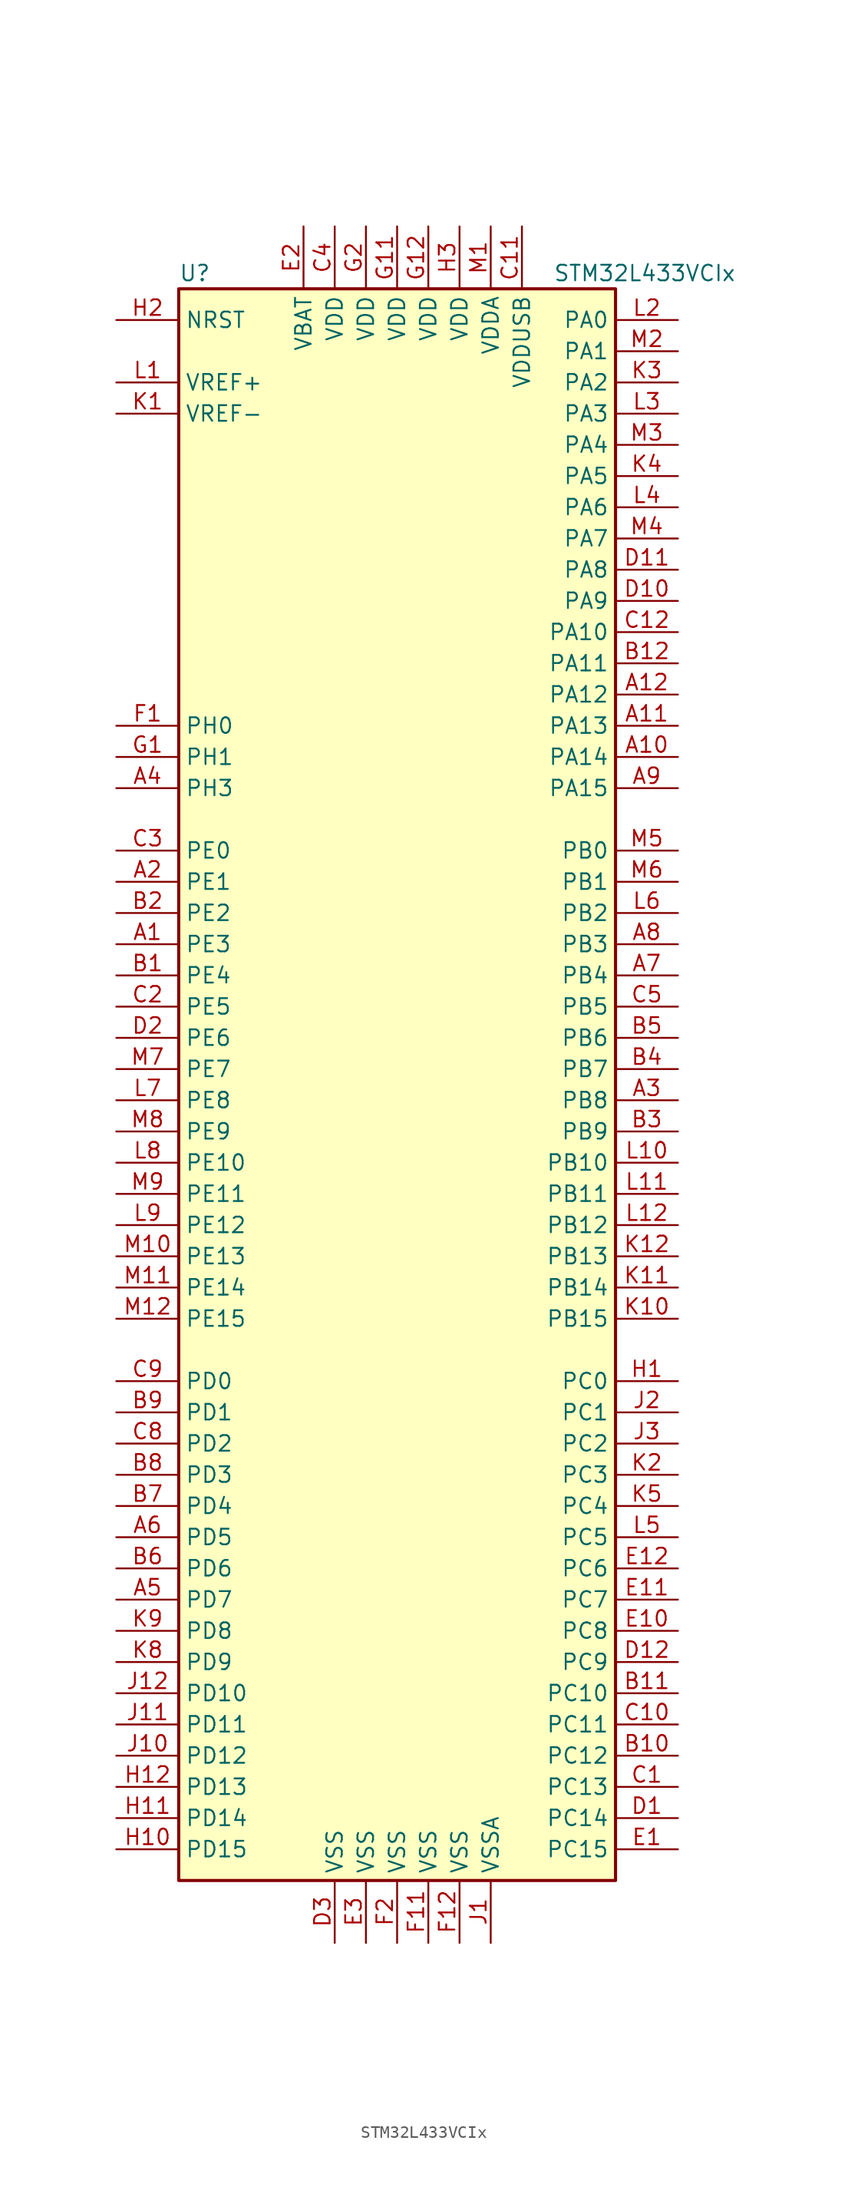
<source format=kicad_sym>
(kicad_symbol_lib
  (version 20220914)
  (generator kicad_symbol_editor)
  (symbol "STM32L433VCIx"
    (property "Reference" "U"
      (at -17.78 64.77 0)
      (effects (font (size 1.27 1.27)) (justify left)))
    (property "Value" "STM32L433VCIx"
      (at 12.7 64.77 0)
      (effects (font (size 1.27 1.27)) (justify left)))
    (symbol "STM32L433VCIx_0_1"
      (rectangle (start -17.78 -66.04) (end 17.78 63.5) (stroke (width 0.254) (type default)) (fill (type background))))
    (symbol "STM32L433VCIx_1_1"
      (pin bidirectional line (at -22.86 10.16 0) (length 5.08) (name "PE3" (effects (font (size 1.27 1.27)))) (number "A1" (effects (font (size 1.27 1.27)))))
      (pin bidirectional line (at 22.86 25.4 180) (length 5.08) (name "PA14" (effects (font (size 1.27 1.27)))) (number "A10" (effects (font (size 1.27 1.27)))))
      (pin bidirectional line (at 22.86 27.94 180) (length 5.08) (name "PA13" (effects (font (size 1.27 1.27)))) (number "A11" (effects (font (size 1.27 1.27)))))
      (pin bidirectional line (at 22.86 30.48 180) (length 5.08) (name "PA12" (effects (font (size 1.27 1.27)))) (number "A12" (effects (font (size 1.27 1.27)))))
      (pin bidirectional line (at -22.86 15.24 0) (length 5.08) (name "PE1" (effects (font (size 1.27 1.27)))) (number "A2" (effects (font (size 1.27 1.27)))))
      (pin bidirectional line (at 22.86 -2.54 180) (length 5.08) (name "PB8" (effects (font (size 1.27 1.27)))) (number "A3" (effects (font (size 1.27 1.27)))))
      (pin bidirectional line (at -22.86 22.86 0) (length 5.08) (name "PH3" (effects (font (size 1.27 1.27)))) (number "A4" (effects (font (size 1.27 1.27)))))
      (pin bidirectional line (at -22.86 -43.18 0) (length 5.08) (name "PD7" (effects (font (size 1.27 1.27)))) (number "A5" (effects (font (size 1.27 1.27)))))
      (pin bidirectional line (at -22.86 -38.1 0) (length 5.08) (name "PD5" (effects (font (size 1.27 1.27)))) (number "A6" (effects (font (size 1.27 1.27)))))
      (pin bidirectional line (at 22.86 7.62 180) (length 5.08) (name "PB4" (effects (font (size 1.27 1.27)))) (number "A7" (effects (font (size 1.27 1.27)))))
      (pin bidirectional line (at 22.86 10.16 180) (length 5.08) (name "PB3" (effects (font (size 1.27 1.27)))) (number "A8" (effects (font (size 1.27 1.27)))))
      (pin bidirectional line (at 22.86 22.86 180) (length 5.08) (name "PA15" (effects (font (size 1.27 1.27)))) (number "A9" (effects (font (size 1.27 1.27)))))
      (pin bidirectional line (at -22.86 7.62 0) (length 5.08) (name "PE4" (effects (font (size 1.27 1.27)))) (number "B1" (effects (font (size 1.27 1.27)))))
      (pin bidirectional line (at 22.86 -55.88 180) (length 5.08) (name "PC12" (effects (font (size 1.27 1.27)))) (number "B10" (effects (font (size 1.27 1.27)))))
      (pin bidirectional line (at 22.86 -50.8 180) (length 5.08) (name "PC10" (effects (font (size 1.27 1.27)))) (number "B11" (effects (font (size 1.27 1.27)))))
      (pin bidirectional line (at 22.86 33.02 180) (length 5.08) (name "PA11" (effects (font (size 1.27 1.27)))) (number "B12" (effects (font (size 1.27 1.27)))))
      (pin bidirectional line (at -22.86 12.7 0) (length 5.08) (name "PE2" (effects (font (size 1.27 1.27)))) (number "B2" (effects (font (size 1.27 1.27)))))
      (pin bidirectional line (at 22.86 -5.08 180) (length 5.08) (name "PB9" (effects (font (size 1.27 1.27)))) (number "B3" (effects (font (size 1.27 1.27)))))
      (pin bidirectional line (at 22.86 0 180) (length 5.08) (name "PB7" (effects (font (size 1.27 1.27)))) (number "B4" (effects (font (size 1.27 1.27)))))
      (pin bidirectional line (at 22.86 2.54 180) (length 5.08) (name "PB6" (effects (font (size 1.27 1.27)))) (number "B5" (effects (font (size 1.27 1.27)))))
      (pin bidirectional line (at -22.86 -40.64 0) (length 5.08) (name "PD6" (effects (font (size 1.27 1.27)))) (number "B6" (effects (font (size 1.27 1.27)))))
      (pin bidirectional line (at -22.86 -35.56 0) (length 5.08) (name "PD4" (effects (font (size 1.27 1.27)))) (number "B7" (effects (font (size 1.27 1.27)))))
      (pin bidirectional line (at -22.86 -33.02 0) (length 5.08) (name "PD3" (effects (font (size 1.27 1.27)))) (number "B8" (effects (font (size 1.27 1.27)))))
      (pin bidirectional line (at -22.86 -27.94 0) (length 5.08) (name "PD1" (effects (font (size 1.27 1.27)))) (number "B9" (effects (font (size 1.27 1.27)))))
      (pin bidirectional line (at 22.86 -58.42 180) (length 5.08) (name "PC13" (effects (font (size 1.27 1.27)))) (number "C1" (effects (font (size 1.27 1.27)))))
      (pin bidirectional line (at 22.86 -53.34 180) (length 5.08) (name "PC11" (effects (font (size 1.27 1.27)))) (number "C10" (effects (font (size 1.27 1.27)))))
      (pin power_in line (at 10.16 68.58 270) (length 5.08) (name "VDDUSB" (effects (font (size 1.27 1.27)))) (number "C11" (effects (font (size 1.27 1.27)))))
      (pin bidirectional line (at 22.86 35.56 180) (length 5.08) (name "PA10" (effects (font (size 1.27 1.27)))) (number "C12" (effects (font (size 1.27 1.27)))))
      (pin bidirectional line (at -22.86 5.08 0) (length 5.08) (name "PE5" (effects (font (size 1.27 1.27)))) (number "C2" (effects (font (size 1.27 1.27)))))
      (pin bidirectional line (at -22.86 17.78 0) (length 5.08) (name "PE0" (effects (font (size 1.27 1.27)))) (number "C3" (effects (font (size 1.27 1.27)))))
      (pin power_in line (at -5.08 68.58 270) (length 5.08) (name "VDD" (effects (font (size 1.27 1.27)))) (number "C4" (effects (font (size 1.27 1.27)))))
      (pin bidirectional line (at 22.86 5.08 180) (length 5.08) (name "PB5" (effects (font (size 1.27 1.27)))) (number "C5" (effects (font (size 1.27 1.27)))))
      (pin bidirectional line (at -22.86 -30.48 0) (length 5.08) (name "PD2" (effects (font (size 1.27 1.27)))) (number "C8" (effects (font (size 1.27 1.27)))))
      (pin bidirectional line (at -22.86 -25.4 0) (length 5.08) (name "PD0" (effects (font (size 1.27 1.27)))) (number "C9" (effects (font (size 1.27 1.27)))))
      (pin bidirectional line (at 22.86 -60.96 180) (length 5.08) (name "PC14" (effects (font (size 1.27 1.27)))) (number "D1" (effects (font (size 1.27 1.27)))))
      (pin bidirectional line (at 22.86 38.1 180) (length 5.08) (name "PA9" (effects (font (size 1.27 1.27)))) (number "D10" (effects (font (size 1.27 1.27)))))
      (pin bidirectional line (at 22.86 40.64 180) (length 5.08) (name "PA8" (effects (font (size 1.27 1.27)))) (number "D11" (effects (font (size 1.27 1.27)))))
      (pin bidirectional line (at 22.86 -48.26 180) (length 5.08) (name "PC9" (effects (font (size 1.27 1.27)))) (number "D12" (effects (font (size 1.27 1.27)))))
      (pin bidirectional line (at -22.86 2.54 0) (length 5.08) (name "PE6" (effects (font (size 1.27 1.27)))) (number "D2" (effects (font (size 1.27 1.27)))))
      (pin power_in line (at -5.08 -71.12 90) (length 5.08) (name "VSS" (effects (font (size 1.27 1.27)))) (number "D3" (effects (font (size 1.27 1.27)))))
      (pin bidirectional line (at 22.86 -63.5 180) (length 5.08) (name "PC15" (effects (font (size 1.27 1.27)))) (number "E1" (effects (font (size 1.27 1.27)))))
      (pin bidirectional line (at 22.86 -45.72 180) (length 5.08) (name "PC8" (effects (font (size 1.27 1.27)))) (number "E10" (effects (font (size 1.27 1.27)))))
      (pin bidirectional line (at 22.86 -43.18 180) (length 5.08) (name "PC7" (effects (font (size 1.27 1.27)))) (number "E11" (effects (font (size 1.27 1.27)))))
      (pin bidirectional line (at 22.86 -40.64 180) (length 5.08) (name "PC6" (effects (font (size 1.27 1.27)))) (number "E12" (effects (font (size 1.27 1.27)))))
      (pin power_in line (at -7.62 68.58 270) (length 5.08) (name "VBAT" (effects (font (size 1.27 1.27)))) (number "E2" (effects (font (size 1.27 1.27)))))
      (pin power_in line (at -2.54 -71.12 90) (length 5.08) (name "VSS" (effects (font (size 1.27 1.27)))) (number "E3" (effects (font (size 1.27 1.27)))))
      (pin input line (at -22.86 27.94 0) (length 5.08) (name "PH0" (effects (font (size 1.27 1.27)))) (number "F1" (effects (font (size 1.27 1.27)))))
      (pin power_in line (at 2.54 -71.12 90) (length 5.08) (name "VSS" (effects (font (size 1.27 1.27)))) (number "F11" (effects (font (size 1.27 1.27)))))
      (pin power_in line (at 5.08 -71.12 90) (length 5.08) (name "VSS" (effects (font (size 1.27 1.27)))) (number "F12" (effects (font (size 1.27 1.27)))))
      (pin power_in line (at 0 -71.12 90) (length 5.08) (name "VSS" (effects (font (size 1.27 1.27)))) (number "F2" (effects (font (size 1.27 1.27)))))
      (pin input line (at -22.86 25.4 0) (length 5.08) (name "PH1" (effects (font (size 1.27 1.27)))) (number "G1" (effects (font (size 1.27 1.27)))))
      (pin power_in line (at 0 68.58 270) (length 5.08) (name "VDD" (effects (font (size 1.27 1.27)))) (number "G11" (effects (font (size 1.27 1.27)))))
      (pin power_in line (at 2.54 68.58 270) (length 5.08) (name "VDD" (effects (font (size 1.27 1.27)))) (number "G12" (effects (font (size 1.27 1.27)))))
      (pin power_in line (at -2.54 68.58 270) (length 5.08) (name "VDD" (effects (font (size 1.27 1.27)))) (number "G2" (effects (font (size 1.27 1.27)))))
      (pin bidirectional line (at 22.86 -25.4 180) (length 5.08) (name "PC0" (effects (font (size 1.27 1.27)))) (number "H1" (effects (font (size 1.27 1.27)))))
      (pin bidirectional line (at -22.86 -63.5 0) (length 5.08) (name "PD15" (effects (font (size 1.27 1.27)))) (number "H10" (effects (font (size 1.27 1.27)))))
      (pin bidirectional line (at -22.86 -60.96 0) (length 5.08) (name "PD14" (effects (font (size 1.27 1.27)))) (number "H11" (effects (font (size 1.27 1.27)))))
      (pin bidirectional line (at -22.86 -58.42 0) (length 5.08) (name "PD13" (effects (font (size 1.27 1.27)))) (number "H12" (effects (font (size 1.27 1.27)))))
      (pin input line (at -22.86 60.96 0) (length 5.08) (name "NRST" (effects (font (size 1.27 1.27)))) (number "H2" (effects (font (size 1.27 1.27)))))
      (pin power_in line (at 5.08 68.58 270) (length 5.08) (name "VDD" (effects (font (size 1.27 1.27)))) (number "H3" (effects (font (size 1.27 1.27)))))
      (pin power_in line (at 7.62 -71.12 90) (length 5.08) (name "VSSA" (effects (font (size 1.27 1.27)))) (number "J1" (effects (font (size 1.27 1.27)))))
      (pin bidirectional line (at -22.86 -55.88 0) (length 5.08) (name "PD12" (effects (font (size 1.27 1.27)))) (number "J10" (effects (font (size 1.27 1.27)))))
      (pin bidirectional line (at -22.86 -53.34 0) (length 5.08) (name "PD11" (effects (font (size 1.27 1.27)))) (number "J11" (effects (font (size 1.27 1.27)))))
      (pin bidirectional line (at -22.86 -50.8 0) (length 5.08) (name "PD10" (effects (font (size 1.27 1.27)))) (number "J12" (effects (font (size 1.27 1.27)))))
      (pin bidirectional line (at 22.86 -27.94 180) (length 5.08) (name "PC1" (effects (font (size 1.27 1.27)))) (number "J2" (effects (font (size 1.27 1.27)))))
      (pin bidirectional line (at 22.86 -30.48 180) (length 5.08) (name "PC2" (effects (font (size 1.27 1.27)))) (number "J3" (effects (font (size 1.27 1.27)))))
      (pin power_in line (at -22.86 53.34 0) (length 5.08) (name "VREF-" (effects (font (size 1.27 1.27)))) (number "K1" (effects (font (size 1.27 1.27)))))
      (pin bidirectional line (at 22.86 -20.32 180) (length 5.08) (name "PB15" (effects (font (size 1.27 1.27)))) (number "K10" (effects (font (size 1.27 1.27)))))
      (pin bidirectional line (at 22.86 -17.78 180) (length 5.08) (name "PB14" (effects (font (size 1.27 1.27)))) (number "K11" (effects (font (size 1.27 1.27)))))
      (pin bidirectional line (at 22.86 -15.24 180) (length 5.08) (name "PB13" (effects (font (size 1.27 1.27)))) (number "K12" (effects (font (size 1.27 1.27)))))
      (pin bidirectional line (at 22.86 -33.02 180) (length 5.08) (name "PC3" (effects (font (size 1.27 1.27)))) (number "K2" (effects (font (size 1.27 1.27)))))
      (pin bidirectional line (at 22.86 55.88 180) (length 5.08) (name "PA2" (effects (font (size 1.27 1.27)))) (number "K3" (effects (font (size 1.27 1.27)))))
      (pin bidirectional line (at 22.86 48.26 180) (length 5.08) (name "PA5" (effects (font (size 1.27 1.27)))) (number "K4" (effects (font (size 1.27 1.27)))))
      (pin bidirectional line (at 22.86 -35.56 180) (length 5.08) (name "PC4" (effects (font (size 1.27 1.27)))) (number "K5" (effects (font (size 1.27 1.27)))))
      (pin bidirectional line (at -22.86 -48.26 0) (length 5.08) (name "PD9" (effects (font (size 1.27 1.27)))) (number "K8" (effects (font (size 1.27 1.27)))))
      (pin bidirectional line (at -22.86 -45.72 0) (length 5.08) (name "PD8" (effects (font (size 1.27 1.27)))) (number "K9" (effects (font (size 1.27 1.27)))))
      (pin bidirectional line (at -22.86 55.88 0) (length 5.08) (name "VREF+" (effects (font (size 1.27 1.27)))) (number "L1" (effects (font (size 1.27 1.27)))))
      (pin bidirectional line (at 22.86 -7.62 180) (length 5.08) (name "PB10" (effects (font (size 1.27 1.27)))) (number "L10" (effects (font (size 1.27 1.27)))))
      (pin bidirectional line (at 22.86 -10.16 180) (length 5.08) (name "PB11" (effects (font (size 1.27 1.27)))) (number "L11" (effects (font (size 1.27 1.27)))))
      (pin bidirectional line (at 22.86 -12.7 180) (length 5.08) (name "PB12" (effects (font (size 1.27 1.27)))) (number "L12" (effects (font (size 1.27 1.27)))))
      (pin bidirectional line (at 22.86 60.96 180) (length 5.08) (name "PA0" (effects (font (size 1.27 1.27)))) (number "L2" (effects (font (size 1.27 1.27)))))
      (pin bidirectional line (at 22.86 53.34 180) (length 5.08) (name "PA3" (effects (font (size 1.27 1.27)))) (number "L3" (effects (font (size 1.27 1.27)))))
      (pin bidirectional line (at 22.86 45.72 180) (length 5.08) (name "PA6" (effects (font (size 1.27 1.27)))) (number "L4" (effects (font (size 1.27 1.27)))))
      (pin bidirectional line (at 22.86 -38.1 180) (length 5.08) (name "PC5" (effects (font (size 1.27 1.27)))) (number "L5" (effects (font (size 1.27 1.27)))))
      (pin bidirectional line (at 22.86 12.7 180) (length 5.08) (name "PB2" (effects (font (size 1.27 1.27)))) (number "L6" (effects (font (size 1.27 1.27)))))
      (pin bidirectional line (at -22.86 -2.54 0) (length 5.08) (name "PE8" (effects (font (size 1.27 1.27)))) (number "L7" (effects (font (size 1.27 1.27)))))
      (pin bidirectional line (at -22.86 -7.62 0) (length 5.08) (name "PE10" (effects (font (size 1.27 1.27)))) (number "L8" (effects (font (size 1.27 1.27)))))
      (pin bidirectional line (at -22.86 -12.7 0) (length 5.08) (name "PE12" (effects (font (size 1.27 1.27)))) (number "L9" (effects (font (size 1.27 1.27)))))
      (pin power_in line (at 7.62 68.58 270) (length 5.08) (name "VDDA" (effects (font (size 1.27 1.27)))) (number "M1" (effects (font (size 1.27 1.27)))))
      (pin bidirectional line (at -22.86 -15.24 0) (length 5.08) (name "PE13" (effects (font (size 1.27 1.27)))) (number "M10" (effects (font (size 1.27 1.27)))))
      (pin bidirectional line (at -22.86 -17.78 0) (length 5.08) (name "PE14" (effects (font (size 1.27 1.27)))) (number "M11" (effects (font (size 1.27 1.27)))))
      (pin bidirectional line (at -22.86 -20.32 0) (length 5.08) (name "PE15" (effects (font (size 1.27 1.27)))) (number "M12" (effects (font (size 1.27 1.27)))))
      (pin bidirectional line (at 22.86 58.42 180) (length 5.08) (name "PA1" (effects (font (size 1.27 1.27)))) (number "M2" (effects (font (size 1.27 1.27)))))
      (pin bidirectional line (at 22.86 50.8 180) (length 5.08) (name "PA4" (effects (font (size 1.27 1.27)))) (number "M3" (effects (font (size 1.27 1.27)))))
      (pin bidirectional line (at 22.86 43.18 180) (length 5.08) (name "PA7" (effects (font (size 1.27 1.27)))) (number "M4" (effects (font (size 1.27 1.27)))))
      (pin bidirectional line (at 22.86 17.78 180) (length 5.08) (name "PB0" (effects (font (size 1.27 1.27)))) (number "M5" (effects (font (size 1.27 1.27)))))
      (pin bidirectional line (at 22.86 15.24 180) (length 5.08) (name "PB1" (effects (font (size 1.27 1.27)))) (number "M6" (effects (font (size 1.27 1.27)))))
      (pin bidirectional line (at -22.86 0 0) (length 5.08) (name "PE7" (effects (font (size 1.27 1.27)))) (number "M7" (effects (font (size 1.27 1.27)))))
      (pin bidirectional line (at -22.86 -5.08 0) (length 5.08) (name "PE9" (effects (font (size 1.27 1.27)))) (number "M8" (effects (font (size 1.27 1.27)))))
      (pin bidirectional line (at -22.86 -10.16 0) (length 5.08) (name "PE11" (effects (font (size 1.27 1.27)))) (number "M9" (effects (font (size 1.27 1.27))))))))
</source>
